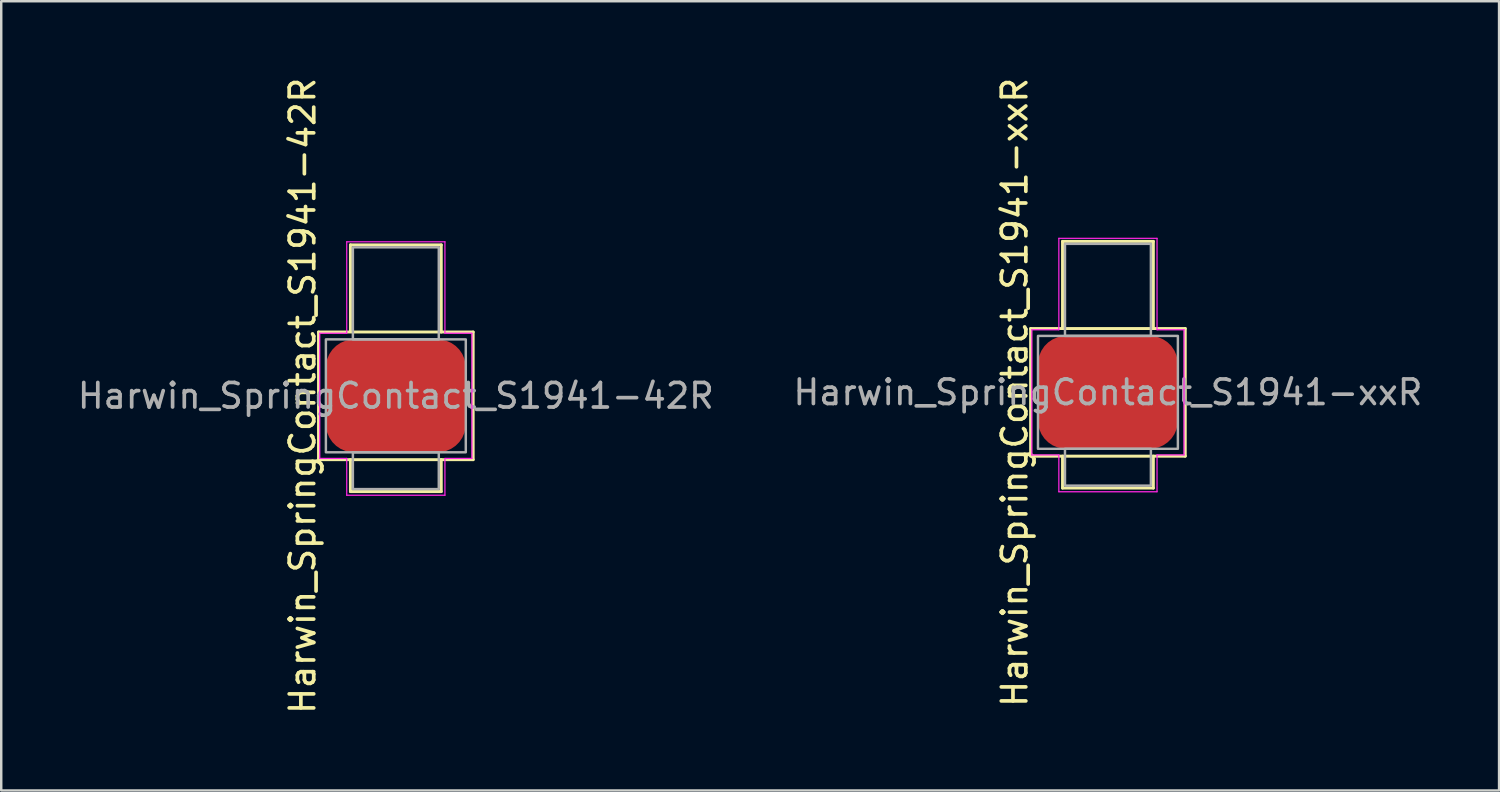
<source format=kicad_pcb>
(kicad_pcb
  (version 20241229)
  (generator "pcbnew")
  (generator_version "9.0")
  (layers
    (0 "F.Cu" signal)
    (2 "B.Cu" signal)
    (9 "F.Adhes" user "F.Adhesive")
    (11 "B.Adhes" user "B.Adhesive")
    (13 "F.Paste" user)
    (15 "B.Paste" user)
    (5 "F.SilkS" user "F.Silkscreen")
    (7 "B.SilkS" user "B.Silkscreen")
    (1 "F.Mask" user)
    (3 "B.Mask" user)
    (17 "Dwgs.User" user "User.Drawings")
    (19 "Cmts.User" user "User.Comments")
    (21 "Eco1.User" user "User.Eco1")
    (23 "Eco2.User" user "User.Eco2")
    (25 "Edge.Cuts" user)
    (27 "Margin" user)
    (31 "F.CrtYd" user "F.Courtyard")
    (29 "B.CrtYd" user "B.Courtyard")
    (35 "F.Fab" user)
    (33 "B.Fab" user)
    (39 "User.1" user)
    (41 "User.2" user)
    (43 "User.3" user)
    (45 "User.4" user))
  (footprint "Harwin_SpringContact_S1941-42R"
    (layer "F.Cu")
    (at 13.077 13.077)
    (property "Reference" "Harwin_SpringContact_S1941-42R" (at -3.8 0 90) (unlocked yes) (layer "F.SilkS") (effects (font (size 1 1) (thickness 0.15))))
    (attr smd)
    (fp_line (start -3.15 -2.6) (end -3.15 2.6) (stroke (width 0.12) (type solid)) (layer "F.SilkS"))
    (fp_line (start -3.125 2.6) (end 3.15 2.6) (stroke (width 0.12) (type solid)) (layer "F.SilkS"))
    (fp_line (start -1.85 -6.15) (end 1.85 -6.15) (stroke (width 0.12) (type solid)) (layer "F.SilkS"))
    (fp_line (start -1.85 -2.625) (end -1.85 -6.15) (stroke (width 0.12) (type solid)) (layer "F.SilkS"))
    (fp_line (start -1.85 2.6) (end -1.85 3.9) (stroke (width 0.12) (type solid)) (layer "F.SilkS"))
    (fp_line (start -1.85 3.9) (end 1.85 3.9) (stroke (width 0.12) (type solid)) (layer "F.SilkS"))
    (fp_line (start 1.85 -6.15) (end 1.85 -2.6) (stroke (width 0.12) (type solid)) (layer "F.SilkS"))
    (fp_line (start 1.85 3.9) (end 1.85 2.6) (stroke (width 0.12) (type solid)) (layer "F.SilkS"))
    (fp_line (start 3.15 -2.6) (end -3.15 -2.6) (stroke (width 0.12) (type solid)) (layer "F.SilkS"))
    (fp_line (start 3.15 2.6) (end 3.15 -2.6) (stroke (width 0.12) (type solid)) (layer "F.SilkS"))
    (fp_line (start -3.1 -2.55) (end -2 -2.55) (stroke (width 0.05) (type solid)) (layer "F.CrtYd"))
    (fp_line (start -3.1 2.55) (end -3.1 -2.55) (stroke (width 0.05) (type solid)) (layer "F.CrtYd"))
    (fp_line (start -2 -6.275) (end 2 -6.275) (stroke (width 0.05) (type solid)) (layer "F.CrtYd"))
    (fp_line (start -2 -2.55) (end -2 -6.275) (stroke (width 0.05) (type solid)) (layer "F.CrtYd"))
    (fp_line (start -2 2.55) (end -3.1 2.55) (stroke (width 0.05) (type solid)) (layer "F.CrtYd"))
    (fp_line (start -2 4.05) (end -2 2.55) (stroke (width 0.05) (type solid)) (layer "F.CrtYd"))
    (fp_line (start 2 -6.275) (end 2 -2.55) (stroke (width 0.05) (type solid)) (layer "F.CrtYd"))
    (fp_line (start 2 -2.55) (end 3.1 -2.55) (stroke (width 0.05) (type solid)) (layer "F.CrtYd"))
    (fp_line (start 2 2.55) (end 2 4.05) (stroke (width 0.05) (type solid)) (layer "F.CrtYd"))
    (fp_line (start 2 4.05) (end -2 4.05) (stroke (width 0.05) (type solid)) (layer "F.CrtYd"))
    (fp_line (start 3.1 -2.55) (end 3.1 2.55) (stroke (width 0.05) (type solid)) (layer "F.CrtYd"))
    (fp_line (start 3.1 2.55) (end 2 2.55) (stroke (width 0.05) (type solid)) (layer "F.CrtYd"))
    (fp_rect (start -2.85 -2.3) (end 2.85 2.3) (stroke (width 0.1) (type solid)) (fill no) (layer "F.Fab"))
    (fp_rect (start -1.75 -2.3) (end 1.75 -6.05) (stroke (width 0.1) (type solid)) (fill no) (layer "F.Fab"))
    (fp_rect (start -1.75 2.3) (end 1.75 3.8) (stroke (width 0.1) (type solid)) (fill no) (layer "F.Fab"))
    (fp_text user "${REFERENCE}" (at 0 0 0) (unlocked yes) (layer "F.Fab") (effects (font (size 1 1) (thickness 0.15))))
    (pad "1" smd roundrect (at 0 0) (size 5.7 4.6) (layers "F.Cu" "F.Mask" "F.Paste") (roundrect_rratio 0.25)))
  (footprint "Harwin_SpringContact_S1941-xxR"
    (layer "F.Cu")
    (at 42.089 12.935)
    (property "Reference" "Harwin_SpringContact_S1941-xxR" (at -3.8 0 90) (unlocked yes) (layer "F.SilkS") (effects (font (size 1 1) (thickness 0.15))))
    (attr smd)
    (fp_line (start -3.15 -2.6) (end -3.15 2.6) (stroke (width 0.12) (type solid)) (layer "F.SilkS"))
    (fp_line (start -3.125 2.6) (end 3.15 2.6) (stroke (width 0.12) (type solid)) (layer "F.SilkS"))
    (fp_line (start -1.85 -6.15) (end 1.85 -6.15) (stroke (width 0.12) (type solid)) (layer "F.SilkS"))
    (fp_line (start -1.85 -2.625) (end -1.85 -6.15) (stroke (width 0.12) (type solid)) (layer "F.SilkS"))
    (fp_line (start -1.85 2.6) (end -1.85 3.9) (stroke (width 0.12) (type solid)) (layer "F.SilkS"))
    (fp_line (start -1.85 3.9) (end 1.85 3.9) (stroke (width 0.12) (type solid)) (layer "F.SilkS"))
    (fp_line (start 1.85 -6.15) (end 1.85 -2.6) (stroke (width 0.12) (type solid)) (layer "F.SilkS"))
    (fp_line (start 1.85 3.9) (end 1.85 2.6) (stroke (width 0.12) (type solid)) (layer "F.SilkS"))
    (fp_line (start 3.15 -2.6) (end -3.15 -2.6) (stroke (width 0.12) (type solid)) (layer "F.SilkS"))
    (fp_line (start 3.15 2.6) (end 3.15 -2.6) (stroke (width 0.12) (type solid)) (layer "F.SilkS"))
    (fp_line (start -3.1 -2.55) (end -2 -2.55) (stroke (width 0.05) (type solid)) (layer "F.CrtYd"))
    (fp_line (start -3.1 2.55) (end -3.1 -2.55) (stroke (width 0.05) (type solid)) (layer "F.CrtYd"))
    (fp_line (start -2 -6.275) (end 2 -6.275) (stroke (width 0.05) (type solid)) (layer "F.CrtYd"))
    (fp_line (start -2 -2.55) (end -2 -6.275) (stroke (width 0.05) (type solid)) (layer "F.CrtYd"))
    (fp_line (start -2 2.55) (end -3.1 2.55) (stroke (width 0.05) (type solid)) (layer "F.CrtYd"))
    (fp_line (start -2 4.05) (end -2 2.55) (stroke (width 0.05) (type solid)) (layer "F.CrtYd"))
    (fp_line (start 2 -6.275) (end 2 -2.55) (stroke (width 0.05) (type solid)) (layer "F.CrtYd"))
    (fp_line (start 2 -2.55) (end 3.1 -2.55) (stroke (width 0.05) (type solid)) (layer "F.CrtYd"))
    (fp_line (start 2 2.55) (end 2 4.05) (stroke (width 0.05) (type solid)) (layer "F.CrtYd"))
    (fp_line (start 2 4.05) (end -2 4.05) (stroke (width 0.05) (type solid)) (layer "F.CrtYd"))
    (fp_line (start 3.1 -2.55) (end 3.1 2.55) (stroke (width 0.05) (type solid)) (layer "F.CrtYd"))
    (fp_line (start 3.1 2.55) (end 2 2.55) (stroke (width 0.05) (type solid)) (layer "F.CrtYd"))
    (fp_rect (start -2.85 -2.3) (end 2.85 2.3) (stroke (width 0.1) (type solid)) (fill no) (layer "F.Fab"))
    (fp_rect (start -1.75 -2.3) (end 1.75 -6.05) (stroke (width 0.1) (type solid)) (fill no) (layer "F.Fab"))
    (fp_rect (start -1.75 2.3) (end 1.75 3.8) (stroke (width 0.1) (type solid)) (fill no) (layer "F.Fab"))
    (fp_text user "${REFERENCE}" (at 0 0 0) (unlocked yes) (layer "F.Fab") (effects (font (size 1 1) (thickness 0.15))))
    (pad "1" smd roundrect (at 0 0) (size 5.7 4.6) (layers "F.Cu" "F.Mask" "F.Paste") (roundrect_rratio 0.25)))
  (gr_rect
    (start -3 -3)
    (end 58.024 29.155)
    (stroke (width 0.1) (type default))
    (fill no)
    (layer "Edge.Cuts")))
</source>
